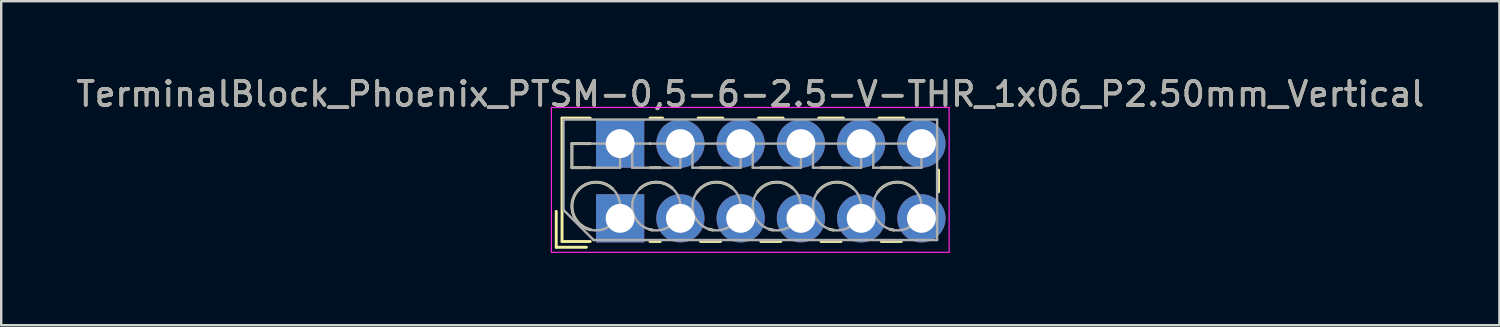
<source format=kicad_pcb>
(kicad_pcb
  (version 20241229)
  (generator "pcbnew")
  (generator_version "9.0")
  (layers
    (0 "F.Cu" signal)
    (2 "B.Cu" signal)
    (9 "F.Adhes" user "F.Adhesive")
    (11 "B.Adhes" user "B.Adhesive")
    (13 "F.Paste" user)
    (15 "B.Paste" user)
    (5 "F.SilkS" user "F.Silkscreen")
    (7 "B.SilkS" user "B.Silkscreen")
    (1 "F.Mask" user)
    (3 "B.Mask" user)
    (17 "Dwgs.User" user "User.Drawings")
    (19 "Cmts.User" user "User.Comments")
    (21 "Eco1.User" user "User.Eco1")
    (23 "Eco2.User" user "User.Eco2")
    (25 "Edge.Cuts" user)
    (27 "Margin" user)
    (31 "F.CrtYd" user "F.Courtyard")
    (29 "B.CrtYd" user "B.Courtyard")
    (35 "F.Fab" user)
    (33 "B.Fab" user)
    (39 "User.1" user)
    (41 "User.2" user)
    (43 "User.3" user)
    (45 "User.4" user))
  (footprint "TerminalBlock_Phoenix_PTSM-0,5-6-2.5-V-THR_1x06_P2.50mm_Vertical"
    (layer "F.Cu")
    (at 22.677 6.008)
    (property "Reference" "TerminalBlock_Phoenix_PTSM-0,5-6-2.5-V-THR_1x06_P2.50mm_Vertical" (at 5.4 -5.16 0) (layer "F.SilkS") (effects (font (size 1 1) (thickness 0.15))))
    (attr through_hole)
    (fp_line (start -2.65 -0.29) (end -2.65 1.2) (stroke (width 0.12) (type solid)) (layer "F.SilkS"))
    (fp_line (start -2.65 1.2) (end -1.4 1.2) (stroke (width 0.12) (type solid)) (layer "F.SilkS"))
    (fp_line (start -2.41 -4.16) (end -2.41 0.961) (stroke (width 0.12) (type solid)) (layer "F.SilkS"))
    (fp_line (start -2.41 -4.16) (end -1.24 -4.16) (stroke (width 0.12) (type solid)) (layer "F.SilkS"))
    (fp_line (start -2.41 0.961) (end -1.24 0.961) (stroke (width 0.12) (type solid)) (layer "F.SilkS"))
    (fp_line (start -2 -3.1) (end -2 -2.1) (stroke (width 0.12) (type solid)) (layer "F.SilkS"))
    (fp_line (start -2 -3.1) (end -1.24 -3.1) (stroke (width 0.12) (type solid)) (layer "F.SilkS"))
    (fp_line (start -2 -2.1) (end -1.24 -2.1) (stroke (width 0.12) (type solid)) (layer "F.SilkS"))
    (fp_line (start 1.24 -4.16) (end 1.763 -4.16) (stroke (width 0.12) (type solid)) (layer "F.SilkS"))
    (fp_line (start 1.24 -3.1) (end 1.245 -3.1) (stroke (width 0.12) (type solid)) (layer "F.SilkS"))
    (fp_line (start 1.24 -2.1) (end 1.665 -2.1) (stroke (width 0.12) (type solid)) (layer "F.SilkS"))
    (fp_line (start 1.24 0.961) (end 1.665 0.961) (stroke (width 0.12) (type solid)) (layer "F.SilkS"))
    (fp_line (start 3.238 -4.16) (end 4.263 -4.16) (stroke (width 0.12) (type solid)) (layer "F.SilkS"))
    (fp_line (start 3.336 -2.1) (end 4.165 -2.1) (stroke (width 0.12) (type solid)) (layer "F.SilkS"))
    (fp_line (start 3.336 0.961) (end 4.165 0.961) (stroke (width 0.12) (type solid)) (layer "F.SilkS"))
    (fp_line (start 5.738 -4.16) (end 6.763 -4.16) (stroke (width 0.12) (type solid)) (layer "F.SilkS"))
    (fp_line (start 5.836 -2.1) (end 6.665 -2.1) (stroke (width 0.12) (type solid)) (layer "F.SilkS"))
    (fp_line (start 5.836 0.961) (end 6.665 0.961) (stroke (width 0.12) (type solid)) (layer "F.SilkS"))
    (fp_line (start 8.238 -4.16) (end 9.263 -4.16) (stroke (width 0.12) (type solid)) (layer "F.SilkS"))
    (fp_line (start 8.336 -2.1) (end 9.165 -2.1) (stroke (width 0.12) (type solid)) (layer "F.SilkS"))
    (fp_line (start 8.336 0.961) (end 9.165 0.961) (stroke (width 0.12) (type solid)) (layer "F.SilkS"))
    (fp_line (start 10.738 -4.16) (end 11.763 -4.16) (stroke (width 0.12) (type solid)) (layer "F.SilkS"))
    (fp_line (start 10.836 -2.1) (end 11.665 -2.1) (stroke (width 0.12) (type solid)) (layer "F.SilkS"))
    (fp_line (start 10.836 0.961) (end 11.665 0.961) (stroke (width 0.12) (type solid)) (layer "F.SilkS"))
    (fp_line (start 13.21 -2) (end 13.21 -1.1) (stroke (width 0.12) (type solid)) (layer "F.SilkS"))
    (fp_arc (start -1.224629 0.474931) (mid -1.883573 -0.969306) (end -0.318 -1.232) (stroke (width 0.12) (type solid)) (layer "F.SilkS"))
    (fp_arc (start 0.817811 -1.23232) (mid 1.483053 -1.500693) (end 2.157 -1.255) (stroke (width 0.12) (type solid)) (layer "F.SilkS"))
    (fp_arc (start 1.344288 0.488343) (mid 1.284242 0.476994) (end 1.225 0.462) (stroke (width 0.12) (type solid)) (layer "F.SilkS"))
    (fp_arc (start 3.190612 -1.088697) (mid 3.887218 -1.494461) (end 4.657 -1.255) (stroke (width 0.12) (type solid)) (layer "F.SilkS"))
    (fp_arc (start 3.84373 0.488618) (mid 3.766646 0.47331) (end 3.691 0.452) (stroke (width 0.12) (type solid)) (layer "F.SilkS"))
    (fp_arc (start 5.690612 -1.088697) (mid 6.387218 -1.494461) (end 7.157 -1.255) (stroke (width 0.12) (type solid)) (layer "F.SilkS"))
    (fp_arc (start 6.34373 0.488618) (mid 6.266646 0.47331) (end 6.191 0.452) (stroke (width 0.12) (type solid)) (layer "F.SilkS"))
    (fp_arc (start 8.190612 -1.088697) (mid 8.887218 -1.494461) (end 9.657 -1.255) (stroke (width 0.12) (type solid)) (layer "F.SilkS"))
    (fp_arc (start 8.84373 0.488618) (mid 8.766646 0.47331) (end 8.691 0.452) (stroke (width 0.12) (type solid)) (layer "F.SilkS"))
    (fp_arc (start 10.690612 -1.088697) (mid 11.387218 -1.494461) (end 12.157 -1.255) (stroke (width 0.12) (type solid)) (layer "F.SilkS"))
    (fp_arc (start 11.34373 0.488618) (mid 11.266646 0.47331) (end 11.191 0.452) (stroke (width 0.12) (type solid)) (layer "F.SilkS"))
    (fp_line (start -2.85 -4.6) (end -2.85 1.41) (stroke (width 0.05) (type solid)) (layer "F.CrtYd"))
    (fp_line (start -2.85 1.41) (end 13.65 1.41) (stroke (width 0.05) (type solid)) (layer "F.CrtYd"))
    (fp_line (start 13.65 -4.6) (end -2.85 -4.6) (stroke (width 0.05) (type solid)) (layer "F.CrtYd"))
    (fp_line (start 13.65 1.41) (end 13.65 -4.6) (stroke (width 0.05) (type solid)) (layer "F.CrtYd"))
    (fp_line (start -2.35 -4.1) (end 13.15 -4.1) (stroke (width 0.1) (type solid)) (layer "F.Fab"))
    (fp_line (start -2.35 -0.35) (end -2.35 -4.1) (stroke (width 0.1) (type solid)) (layer "F.Fab"))
    (fp_line (start -2 -3.1) (end -2 -2.1) (stroke (width 0.1) (type solid)) (layer "F.Fab"))
    (fp_line (start -2 -2.1) (end 0 -2.1) (stroke (width 0.1) (type solid)) (layer "F.Fab"))
    (fp_line (start -1.1 0.9) (end -2.35 -0.35) (stroke (width 0.1) (type solid)) (layer "F.Fab"))
    (fp_line (start 0 -3.1) (end -2 -3.1) (stroke (width 0.1) (type solid)) (layer "F.Fab"))
    (fp_line (start 0 -2.1) (end 0 -3.1) (stroke (width 0.1) (type solid)) (layer "F.Fab"))
    (fp_line (start 0.5 -3.1) (end 0.5 -2.1) (stroke (width 0.1) (type solid)) (layer "F.Fab"))
    (fp_line (start 0.5 -2.1) (end 2.5 -2.1) (stroke (width 0.1) (type solid)) (layer "F.Fab"))
    (fp_line (start 2.5 -3.1) (end 0.5 -3.1) (stroke (width 0.1) (type solid)) (layer "F.Fab"))
    (fp_line (start 2.5 -2.1) (end 2.5 -3.1) (stroke (width 0.1) (type solid)) (layer "F.Fab"))
    (fp_line (start 3 -3.1) (end 3 -2.1) (stroke (width 0.1) (type solid)) (layer "F.Fab"))
    (fp_line (start 3 -2.1) (end 5 -2.1) (stroke (width 0.1) (type solid)) (layer "F.Fab"))
    (fp_line (start 5 -3.1) (end 3 -3.1) (stroke (width 0.1) (type solid)) (layer "F.Fab"))
    (fp_line (start 5 -2.1) (end 5 -3.1) (stroke (width 0.1) (type solid)) (layer "F.Fab"))
    (fp_line (start 5.5 -3.1) (end 5.5 -2.1) (stroke (width 0.1) (type solid)) (layer "F.Fab"))
    (fp_line (start 5.5 -2.1) (end 7.5 -2.1) (stroke (width 0.1) (type solid)) (layer "F.Fab"))
    (fp_line (start 7.5 -3.1) (end 5.5 -3.1) (stroke (width 0.1) (type solid)) (layer "F.Fab"))
    (fp_line (start 7.5 -2.1) (end 7.5 -3.1) (stroke (width 0.1) (type solid)) (layer "F.Fab"))
    (fp_line (start 8 -3.1) (end 8 -2.1) (stroke (width 0.1) (type solid)) (layer "F.Fab"))
    (fp_line (start 8 -2.1) (end 10 -2.1) (stroke (width 0.1) (type solid)) (layer "F.Fab"))
    (fp_line (start 10 -3.1) (end 8 -3.1) (stroke (width 0.1) (type solid)) (layer "F.Fab"))
    (fp_line (start 10 -2.1) (end 10 -3.1) (stroke (width 0.1) (type solid)) (layer "F.Fab"))
    (fp_line (start 10.5 -3.1) (end 10.5 -2.1) (stroke (width 0.1) (type solid)) (layer "F.Fab"))
    (fp_line (start 10.5 -2.1) (end 12.5 -2.1) (stroke (width 0.1) (type solid)) (layer "F.Fab"))
    (fp_line (start 12.5 -3.1) (end 10.5 -3.1) (stroke (width 0.1) (type solid)) (layer "F.Fab"))
    (fp_line (start 12.5 -2.1) (end 12.5 -3.1) (stroke (width 0.1) (type solid)) (layer "F.Fab"))
    (fp_line (start 13.15 -4.1) (end 13.15 0.9) (stroke (width 0.1) (type solid)) (layer "F.Fab"))
    (fp_line (start 13.15 0.9) (end -1.1 0.9) (stroke (width 0.1) (type solid)) (layer "F.Fab"))
    (fp_circle (center -1 -0.5) (end 0 -0.5) (stroke (width 0.1) (type solid)) (fill no) (layer "F.Fab"))
    (fp_circle (center 1.5 -0.5) (end 2.5 -0.5) (stroke (width 0.1) (type solid)) (fill no) (layer "F.Fab"))
    (fp_circle (center 4 -0.5) (end 5 -0.5) (stroke (width 0.1) (type solid)) (fill no) (layer "F.Fab"))
    (fp_circle (center 6.5 -0.5) (end 7.5 -0.5) (stroke (width 0.1) (type solid)) (fill no) (layer "F.Fab"))
    (fp_circle (center 9 -0.5) (end 10 -0.5) (stroke (width 0.1) (type solid)) (fill no) (layer "F.Fab"))
    (fp_circle (center 11.5 -0.5) (end 12.5 -0.5) (stroke (width 0.1) (type solid)) (fill no) (layer "F.Fab"))
    (fp_text user "${REFERENCE}" (at 5.4 -5.16 0) (layer "F.Fab") (effects (font (size 1 1) (thickness 0.15))))
    (pad "1" thru_hole rect (at 0 -3.1) (size 2 2) (drill 1.2) (layers "*.Cu" "*.Mask"))
    (pad "1" thru_hole rect (at 0 0) (size 2 2) (drill 1.2) (layers "*.Cu" "*.Mask"))
    (pad "2" thru_hole circle (at 2.5 -3.1) (size 2 2) (drill 1.2) (layers "*.Cu" "*.Mask"))
    (pad "2" thru_hole circle (at 2.5 0) (size 2 2) (drill 1.2) (layers "*.Cu" "*.Mask"))
    (pad "3" thru_hole circle (at 5 -3.1) (size 2 2) (drill 1.2) (layers "*.Cu" "*.Mask"))
    (pad "3" thru_hole circle (at 5 0) (size 2 2) (drill 1.2) (layers "*.Cu" "*.Mask"))
    (pad "4" thru_hole circle (at 7.5 -3.1) (size 2 2) (drill 1.2) (layers "*.Cu" "*.Mask"))
    (pad "4" thru_hole circle (at 7.5 0) (size 2 2) (drill 1.2) (layers "*.Cu" "*.Mask"))
    (pad "5" thru_hole circle (at 10 -3.1) (size 2 2) (drill 1.2) (layers "*.Cu" "*.Mask"))
    (pad "5" thru_hole circle (at 10 0) (size 2 2) (drill 1.2) (layers "*.Cu" "*.Mask"))
    (pad "6" thru_hole circle (at 12.5 -3.1) (size 2 2) (drill 1.2) (layers "*.Cu" "*.Mask"))
    (pad "6" thru_hole circle (at 12.5 0) (size 2 2) (drill 1.2) (layers "*.Cu" "*.Mask")))
  (gr_rect
    (start -3 -3)
    (end 59.155 10.443)
    (stroke (width 0.1) (type default))
    (fill no)
    (layer "Edge.Cuts")))
</source>
